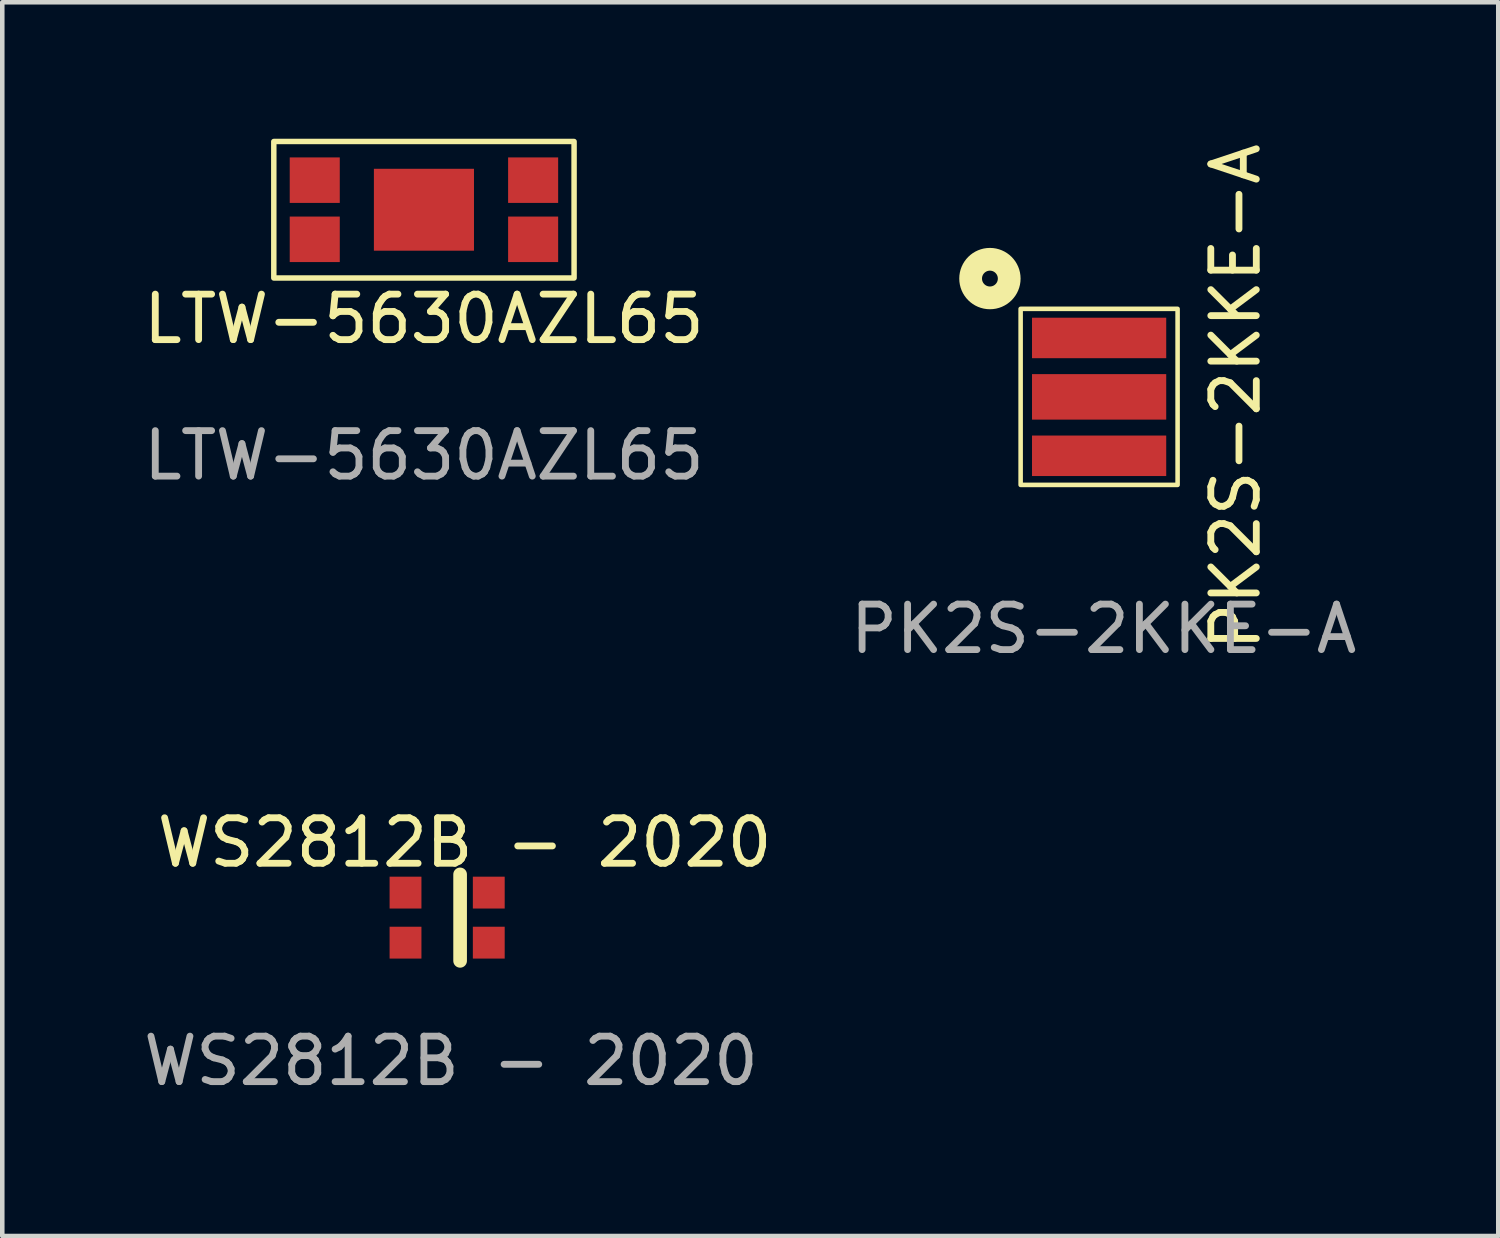
<source format=kicad_pcb>
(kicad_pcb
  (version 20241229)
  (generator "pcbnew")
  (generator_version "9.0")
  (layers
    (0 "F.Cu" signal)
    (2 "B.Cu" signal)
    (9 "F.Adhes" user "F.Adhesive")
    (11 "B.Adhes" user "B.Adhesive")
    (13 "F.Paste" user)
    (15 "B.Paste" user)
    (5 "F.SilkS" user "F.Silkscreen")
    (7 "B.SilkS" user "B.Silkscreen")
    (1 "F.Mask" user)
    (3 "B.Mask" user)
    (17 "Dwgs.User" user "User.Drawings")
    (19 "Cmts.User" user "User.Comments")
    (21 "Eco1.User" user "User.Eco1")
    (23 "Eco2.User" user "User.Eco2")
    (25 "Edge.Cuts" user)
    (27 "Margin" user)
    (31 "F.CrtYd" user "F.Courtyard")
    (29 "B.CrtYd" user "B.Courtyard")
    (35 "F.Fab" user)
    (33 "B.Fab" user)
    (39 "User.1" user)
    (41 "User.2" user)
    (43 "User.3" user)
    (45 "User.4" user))
  (footprint "PK2S-2KKE-A"
    (layer "F.Cu")
    (at 21.108 5.673)
    (property "Reference" "PK2S-2KKE-A" (at 3 0 90) (unlocked yes) (layer "F.SilkS") (effects (font (size 1 1) (thickness 0.15))))
    (attr smd)
    (fp_rect (start -1.725 -1.935) (end 1.725 1.935) (stroke (width 0.1) (type solid)) (fill no) (layer "F.SilkS"))
    (fp_circle (center -2.4 -2.6) (end -1.976 -2.6) (stroke (width 0.5) (type solid)) (fill no) (layer "F.SilkS"))
    (fp_text user "${REFERENCE}" (at 0.1 5.1 0) (unlocked yes) (layer "F.Fab") (effects (font (size 1 1) (thickness 0.15))))
    (pad "1" smd rect (at 0 -1.295) (size 2.95 0.89) (layers "F.Cu" "F.Mask" "F.Paste"))
    (pad "1" smd rect (at 0 0) (size 2.95 1) (layers "F.Cu" "F.Mask" "F.Paste"))
    (pad "2" smd rect (at 0 1.295) (size 2.95 0.89) (layers "F.Cu" "F.Mask" "F.Paste")))
  (footprint "WS2812B - 2020"
    (layer "F.Cu")
    (at 5.863 16.569)
    (property "Reference" "WS2812B - 2020" (at 1.3 -1.1 0) (unlocked yes) (layer "F.SilkS") (effects (font (size 1 1) (thickness 0.15))))
    (attr smd)
    (fp_line (start 1.2 -0.4) (end 1.2 1.5) (stroke (width 0.3) (type solid)) (layer "F.SilkS"))
    (fp_text user "${REFERENCE}" (at 1 3.7 0) (unlocked yes) (layer "F.Fab") (effects (font (size 1 1) (thickness 0.15))))
    (pad "1" smd rect (at 0 0) (size 0.7 0.7) (layers "F.Cu" "F.Mask" "F.Paste"))
    (pad "2" smd rect (at 0 1.1) (size 0.7 0.7) (layers "F.Cu" "F.Mask" "F.Paste"))
    (pad "3" smd rect (at 1.83 0) (size 0.7 0.7) (layers "F.Cu" "F.Mask" "F.Paste"))
    (pad "4" smd rect (at 1.83 1.1) (size 0.7 0.7) (layers "F.Cu" "F.Mask" "F.Paste")))
  (footprint "LTW-5630AZL65"
    (layer "F.Cu")
    (at 6.268 1.56)
    (property "Reference" "LTW-5630AZL65" (at 0 2.4 0) (unlocked yes) (layer "F.SilkS") (effects (font (size 1 1) (thickness 0.15))))
    (attr smd)
    (fp_rect (start -3.3 -1.5) (end 3.3 1.5) (stroke (width 0.12) (type solid)) (fill no) (layer "F.SilkS"))
    (fp_text user "${REFERENCE}" (at 0 5.4 0) (unlocked yes) (layer "F.Fab") (effects (font (size 1 1) (thickness 0.15))))
    (pad "1" smd rect (at -2.4 -0.65) (size 1.1 1) (layers "F.Cu" "F.Mask" "F.Paste"))
    (pad "1" smd rect (at -2.4 0.65) (size 1.1 1) (layers "F.Cu" "F.Mask" "F.Paste"))
    (pad "1" smd rect (at 0 0) (size 2.2 1.8) (layers "F.Cu" "F.Mask" "F.Paste"))
    (pad "2" smd rect (at 2.4 -0.65) (size 1.1 1) (layers "F.Cu" "F.Mask" "F.Paste"))
    (pad "2" smd rect (at 2.4 0.65) (size 1.1 1) (layers "F.Cu" "F.Mask" "F.Paste")))
  (gr_rect
    (start -3 -3)
    (end 29.881 24.117)
    (stroke (width 0.1) (type default))
    (fill no)
    (layer "Edge.Cuts")))
</source>
